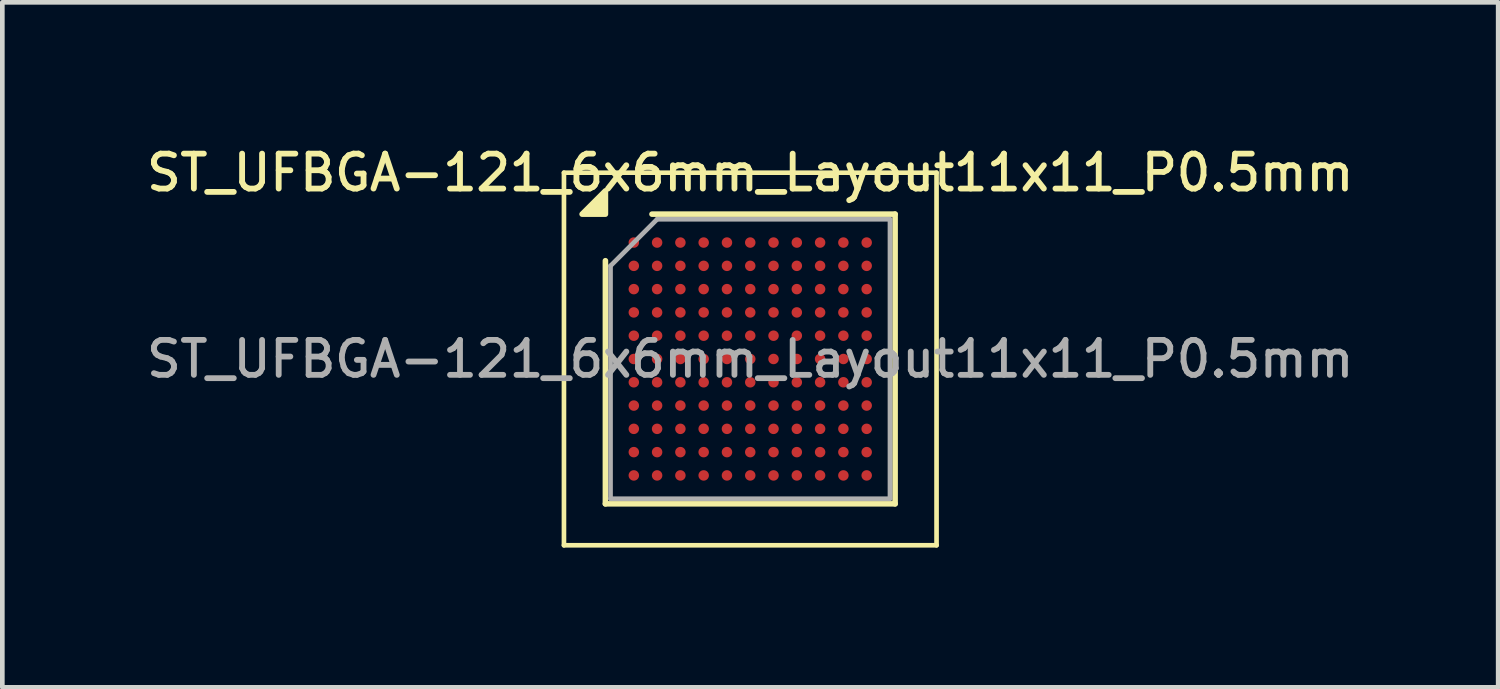
<source format=kicad_pcb>
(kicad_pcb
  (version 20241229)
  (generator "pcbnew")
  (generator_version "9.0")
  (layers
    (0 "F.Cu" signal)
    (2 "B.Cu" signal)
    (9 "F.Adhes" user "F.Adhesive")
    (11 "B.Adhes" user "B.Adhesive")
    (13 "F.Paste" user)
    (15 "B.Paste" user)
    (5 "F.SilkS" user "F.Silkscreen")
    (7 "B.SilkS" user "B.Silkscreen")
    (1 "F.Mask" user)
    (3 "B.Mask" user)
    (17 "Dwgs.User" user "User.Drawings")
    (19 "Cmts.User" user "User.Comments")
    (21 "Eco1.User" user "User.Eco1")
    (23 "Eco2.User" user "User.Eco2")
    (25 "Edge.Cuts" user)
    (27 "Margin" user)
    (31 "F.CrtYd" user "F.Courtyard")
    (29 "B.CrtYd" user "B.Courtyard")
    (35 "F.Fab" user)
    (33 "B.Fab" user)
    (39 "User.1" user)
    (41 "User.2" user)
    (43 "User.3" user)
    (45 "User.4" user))
  (footprint "ST_UFBGA-121_6x6mm_Layout11x11_P0.5mm"
    (layer "F.Cu")
    (at 13.059 4.658)
    (property "Reference" "ST_UFBGA-121_6x6mm_Layout11x11_P0.5mm" (at 0 -4 0) (layer "F.SilkS") (effects (font (size 0.75 0.75) (thickness 0.125))))
    (attr smd)
    (fp_line (start -4 -4) (end -4 4) (stroke (width 0.1) (type solid)) (layer "F.SilkS"))
    (fp_line (start -4 4) (end 4 4) (stroke (width 0.1) (type solid)) (layer "F.SilkS"))
    (fp_line (start -3.11 3.11) (end -3.11 -2.11) (stroke (width 0.12) (type solid)) (layer "F.SilkS"))
    (fp_line (start -2.11 -3.11) (end 3.11 -3.11) (stroke (width 0.12) (type solid)) (layer "F.SilkS"))
    (fp_line (start 3.11 -3.11) (end 3.11 3.11) (stroke (width 0.12) (type solid)) (layer "F.SilkS"))
    (fp_line (start 3.11 3.11) (end -3.11 3.11) (stroke (width 0.12) (type solid)) (layer "F.SilkS"))
    (fp_line (start 4 -4) (end -4 -4) (stroke (width 0.1) (type solid)) (layer "F.SilkS"))
    (fp_line (start 4 4) (end 4 -4) (stroke (width 0.1) (type solid)) (layer "F.SilkS"))
    (fp_poly (pts (xy -3.11 -3.11) (xy -3.61 -3.11) (xy -3.11 -3.61) (xy -3.11 -3.11)) (stroke (width 0.12) (type solid)) (fill yes) (layer "F.SilkS"))
    (fp_line (start -3 -2) (end -2 -3) (stroke (width 0.1) (type solid)) (layer "F.Fab"))
    (fp_line (start -3 3) (end -3 -2) (stroke (width 0.1) (type solid)) (layer "F.Fab"))
    (fp_line (start -2 -3) (end 3 -3) (stroke (width 0.1) (type solid)) (layer "F.Fab"))
    (fp_line (start 3 -3) (end 3 3) (stroke (width 0.1) (type solid)) (layer "F.Fab"))
    (fp_line (start 3 3) (end -3 3) (stroke (width 0.1) (type solid)) (layer "F.Fab"))
    (fp_text user "${REFERENCE}" (at 0 0 0) (layer "F.Fab") (effects (font (size 0.75 0.75) (thickness 0.125))))
    (pad "A1" smd circle (at -2.5 -2.5) (size 0.225 0.225) (property pad_prop_bga) (layers "F.Cu" "F.Mask" "F.Paste"))
    (pad "A2" smd circle (at -2 -2.5) (size 0.225 0.225) (property pad_prop_bga) (layers "F.Cu" "F.Mask" "F.Paste"))
    (pad "A3" smd circle (at -1.5 -2.5) (size 0.225 0.225) (property pad_prop_bga) (layers "F.Cu" "F.Mask" "F.Paste"))
    (pad "A4" smd circle (at -1 -2.5) (size 0.225 0.225) (property pad_prop_bga) (layers "F.Cu" "F.Mask" "F.Paste"))
    (pad "A5" smd circle (at -0.5 -2.5) (size 0.225 0.225) (property pad_prop_bga) (layers "F.Cu" "F.Mask" "F.Paste"))
    (pad "A6" smd circle (at 0 -2.5) (size 0.225 0.225) (property pad_prop_bga) (layers "F.Cu" "F.Mask" "F.Paste"))
    (pad "A7" smd circle (at 0.5 -2.5) (size 0.225 0.225) (property pad_prop_bga) (layers "F.Cu" "F.Mask" "F.Paste"))
    (pad "A8" smd circle (at 1 -2.5) (size 0.225 0.225) (property pad_prop_bga) (layers "F.Cu" "F.Mask" "F.Paste"))
    (pad "A9" smd circle (at 1.5 -2.5) (size 0.225 0.225) (property pad_prop_bga) (layers "F.Cu" "F.Mask" "F.Paste"))
    (pad "A10" smd circle (at 2 -2.5) (size 0.225 0.225) (property pad_prop_bga) (layers "F.Cu" "F.Mask" "F.Paste"))
    (pad "A11" smd circle (at 2.5 -2.5) (size 0.225 0.225) (property pad_prop_bga) (layers "F.Cu" "F.Mask" "F.Paste"))
    (pad "B1" smd circle (at -2.5 -2) (size 0.225 0.225) (property pad_prop_bga) (layers "F.Cu" "F.Mask" "F.Paste"))
    (pad "B2" smd circle (at -2 -2) (size 0.225 0.225) (property pad_prop_bga) (layers "F.Cu" "F.Mask" "F.Paste"))
    (pad "B3" smd circle (at -1.5 -2) (size 0.225 0.225) (property pad_prop_bga) (layers "F.Cu" "F.Mask" "F.Paste"))
    (pad "B4" smd circle (at -1 -2) (size 0.225 0.225) (property pad_prop_bga) (layers "F.Cu" "F.Mask" "F.Paste"))
    (pad "B5" smd circle (at -0.5 -2) (size 0.225 0.225) (property pad_prop_bga) (layers "F.Cu" "F.Mask" "F.Paste"))
    (pad "B6" smd circle (at 0 -2) (size 0.225 0.225) (property pad_prop_bga) (layers "F.Cu" "F.Mask" "F.Paste"))
    (pad "B7" smd circle (at 0.5 -2) (size 0.225 0.225) (property pad_prop_bga) (layers "F.Cu" "F.Mask" "F.Paste"))
    (pad "B8" smd circle (at 1 -2) (size 0.225 0.225) (property pad_prop_bga) (layers "F.Cu" "F.Mask" "F.Paste"))
    (pad "B9" smd circle (at 1.5 -2) (size 0.225 0.225) (property pad_prop_bga) (layers "F.Cu" "F.Mask" "F.Paste"))
    (pad "B10" smd circle (at 2 -2) (size 0.225 0.225) (property pad_prop_bga) (layers "F.Cu" "F.Mask" "F.Paste"))
    (pad "B11" smd circle (at 2.5 -2) (size 0.225 0.225) (property pad_prop_bga) (layers "F.Cu" "F.Mask" "F.Paste"))
    (pad "C1" smd circle (at -2.5 -1.5) (size 0.225 0.225) (property pad_prop_bga) (layers "F.Cu" "F.Mask" "F.Paste"))
    (pad "C2" smd circle (at -2 -1.5) (size 0.225 0.225) (property pad_prop_bga) (layers "F.Cu" "F.Mask" "F.Paste"))
    (pad "C3" smd circle (at -1.5 -1.5) (size 0.225 0.225) (property pad_prop_bga) (layers "F.Cu" "F.Mask" "F.Paste"))
    (pad "C4" smd circle (at -1 -1.5) (size 0.225 0.225) (property pad_prop_bga) (layers "F.Cu" "F.Mask" "F.Paste"))
    (pad "C5" smd circle (at -0.5 -1.5) (size 0.225 0.225) (property pad_prop_bga) (layers "F.Cu" "F.Mask" "F.Paste"))
    (pad "C6" smd circle (at 0 -1.5) (size 0.225 0.225) (property pad_prop_bga) (layers "F.Cu" "F.Mask" "F.Paste"))
    (pad "C7" smd circle (at 0.5 -1.5) (size 0.225 0.225) (property pad_prop_bga) (layers "F.Cu" "F.Mask" "F.Paste"))
    (pad "C8" smd circle (at 1 -1.5) (size 0.225 0.225) (property pad_prop_bga) (layers "F.Cu" "F.Mask" "F.Paste"))
    (pad "C9" smd circle (at 1.5 -1.5) (size 0.225 0.225) (property pad_prop_bga) (layers "F.Cu" "F.Mask" "F.Paste"))
    (pad "C10" smd circle (at 2 -1.5) (size 0.225 0.225) (property pad_prop_bga) (layers "F.Cu" "F.Mask" "F.Paste"))
    (pad "C11" smd circle (at 2.5 -1.5) (size 0.225 0.225) (property pad_prop_bga) (layers "F.Cu" "F.Mask" "F.Paste"))
    (pad "D1" smd circle (at -2.5 -1) (size 0.225 0.225) (property pad_prop_bga) (layers "F.Cu" "F.Mask" "F.Paste"))
    (pad "D2" smd circle (at -2 -1) (size 0.225 0.225) (property pad_prop_bga) (layers "F.Cu" "F.Mask" "F.Paste"))
    (pad "D3" smd circle (at -1.5 -1) (size 0.225 0.225) (property pad_prop_bga) (layers "F.Cu" "F.Mask" "F.Paste"))
    (pad "D4" smd circle (at -1 -1) (size 0.225 0.225) (property pad_prop_bga) (layers "F.Cu" "F.Mask" "F.Paste"))
    (pad "D5" smd circle (at -0.5 -1) (size 0.225 0.225) (property pad_prop_bga) (layers "F.Cu" "F.Mask" "F.Paste"))
    (pad "D6" smd circle (at 0 -1) (size 0.225 0.225) (property pad_prop_bga) (layers "F.Cu" "F.Mask" "F.Paste"))
    (pad "D7" smd circle (at 0.5 -1) (size 0.225 0.225) (property pad_prop_bga) (layers "F.Cu" "F.Mask" "F.Paste"))
    (pad "D8" smd circle (at 1 -1) (size 0.225 0.225) (property pad_prop_bga) (layers "F.Cu" "F.Mask" "F.Paste"))
    (pad "D9" smd circle (at 1.5 -1) (size 0.225 0.225) (property pad_prop_bga) (layers "F.Cu" "F.Mask" "F.Paste"))
    (pad "D10" smd circle (at 2 -1) (size 0.225 0.225) (property pad_prop_bga) (layers "F.Cu" "F.Mask" "F.Paste"))
    (pad "D11" smd circle (at 2.5 -1) (size 0.225 0.225) (property pad_prop_bga) (layers "F.Cu" "F.Mask" "F.Paste"))
    (pad "E1" smd circle (at -2.5 -0.5) (size 0.225 0.225) (property pad_prop_bga) (layers "F.Cu" "F.Mask" "F.Paste"))
    (pad "E2" smd circle (at -2 -0.5) (size 0.225 0.225) (property pad_prop_bga) (layers "F.Cu" "F.Mask" "F.Paste"))
    (pad "E3" smd circle (at -1.5 -0.5) (size 0.225 0.225) (property pad_prop_bga) (layers "F.Cu" "F.Mask" "F.Paste"))
    (pad "E4" smd circle (at -1 -0.5) (size 0.225 0.225) (property pad_prop_bga) (layers "F.Cu" "F.Mask" "F.Paste"))
    (pad "E5" smd circle (at -0.5 -0.5) (size 0.225 0.225) (property pad_prop_bga) (layers "F.Cu" "F.Mask" "F.Paste"))
    (pad "E6" smd circle (at 0 -0.5) (size 0.225 0.225) (property pad_prop_bga) (layers "F.Cu" "F.Mask" "F.Paste"))
    (pad "E7" smd circle (at 0.5 -0.5) (size 0.225 0.225) (property pad_prop_bga) (layers "F.Cu" "F.Mask" "F.Paste"))
    (pad "E8" smd circle (at 1 -0.5) (size 0.225 0.225) (property pad_prop_bga) (layers "F.Cu" "F.Mask" "F.Paste"))
    (pad "E9" smd circle (at 1.5 -0.5) (size 0.225 0.225) (property pad_prop_bga) (layers "F.Cu" "F.Mask" "F.Paste"))
    (pad "E10" smd circle (at 2 -0.5) (size 0.225 0.225) (property pad_prop_bga) (layers "F.Cu" "F.Mask" "F.Paste"))
    (pad "E11" smd circle (at 2.5 -0.5) (size 0.225 0.225) (property pad_prop_bga) (layers "F.Cu" "F.Mask" "F.Paste"))
    (pad "F1" smd circle (at -2.5 0) (size 0.225 0.225) (property pad_prop_bga) (layers "F.Cu" "F.Mask" "F.Paste"))
    (pad "F2" smd circle (at -2 0) (size 0.225 0.225) (property pad_prop_bga) (layers "F.Cu" "F.Mask" "F.Paste"))
    (pad "F3" smd circle (at -1.5 0) (size 0.225 0.225) (property pad_prop_bga) (layers "F.Cu" "F.Mask" "F.Paste"))
    (pad "F4" smd circle (at -1 0) (size 0.225 0.225) (property pad_prop_bga) (layers "F.Cu" "F.Mask" "F.Paste"))
    (pad "F5" smd circle (at -0.5 0) (size 0.225 0.225) (property pad_prop_bga) (layers "F.Cu" "F.Mask" "F.Paste"))
    (pad "F6" smd circle (at 0 0) (size 0.225 0.225) (property pad_prop_bga) (layers "F.Cu" "F.Mask" "F.Paste"))
    (pad "F7" smd circle (at 0.5 0) (size 0.225 0.225) (property pad_prop_bga) (layers "F.Cu" "F.Mask" "F.Paste"))
    (pad "F8" smd circle (at 1 0) (size 0.225 0.225) (property pad_prop_bga) (layers "F.Cu" "F.Mask" "F.Paste"))
    (pad "F9" smd circle (at 1.5 0) (size 0.225 0.225) (property pad_prop_bga) (layers "F.Cu" "F.Mask" "F.Paste"))
    (pad "F10" smd circle (at 2 0) (size 0.225 0.225) (property pad_prop_bga) (layers "F.Cu" "F.Mask" "F.Paste"))
    (pad "F11" smd circle (at 2.5 0) (size 0.225 0.225) (property pad_prop_bga) (layers "F.Cu" "F.Mask" "F.Paste"))
    (pad "G1" smd circle (at -2.5 0.5) (size 0.225 0.225) (property pad_prop_bga) (layers "F.Cu" "F.Mask" "F.Paste"))
    (pad "G2" smd circle (at -2 0.5) (size 0.225 0.225) (property pad_prop_bga) (layers "F.Cu" "F.Mask" "F.Paste"))
    (pad "G3" smd circle (at -1.5 0.5) (size 0.225 0.225) (property pad_prop_bga) (layers "F.Cu" "F.Mask" "F.Paste"))
    (pad "G4" smd circle (at -1 0.5) (size 0.225 0.225) (property pad_prop_bga) (layers "F.Cu" "F.Mask" "F.Paste"))
    (pad "G5" smd circle (at -0.5 0.5) (size 0.225 0.225) (property pad_prop_bga) (layers "F.Cu" "F.Mask" "F.Paste"))
    (pad "G6" smd circle (at 0 0.5) (size 0.225 0.225) (property pad_prop_bga) (layers "F.Cu" "F.Mask" "F.Paste"))
    (pad "G7" smd circle (at 0.5 0.5) (size 0.225 0.225) (property pad_prop_bga) (layers "F.Cu" "F.Mask" "F.Paste"))
    (pad "G8" smd circle (at 1 0.5) (size 0.225 0.225) (property pad_prop_bga) (layers "F.Cu" "F.Mask" "F.Paste"))
    (pad "G9" smd circle (at 1.5 0.5) (size 0.225 0.225) (property pad_prop_bga) (layers "F.Cu" "F.Mask" "F.Paste"))
    (pad "G10" smd circle (at 2 0.5) (size 0.225 0.225) (property pad_prop_bga) (layers "F.Cu" "F.Mask" "F.Paste"))
    (pad "G11" smd circle (at 2.5 0.5) (size 0.225 0.225) (property pad_prop_bga) (layers "F.Cu" "F.Mask" "F.Paste"))
    (pad "H1" smd circle (at -2.5 1) (size 0.225 0.225) (property pad_prop_bga) (layers "F.Cu" "F.Mask" "F.Paste"))
    (pad "H2" smd circle (at -2 1) (size 0.225 0.225) (property pad_prop_bga) (layers "F.Cu" "F.Mask" "F.Paste"))
    (pad "H3" smd circle (at -1.5 1) (size 0.225 0.225) (property pad_prop_bga) (layers "F.Cu" "F.Mask" "F.Paste"))
    (pad "H4" smd circle (at -1 1) (size 0.225 0.225) (property pad_prop_bga) (layers "F.Cu" "F.Mask" "F.Paste"))
    (pad "H5" smd circle (at -0.5 1) (size 0.225 0.225) (property pad_prop_bga) (layers "F.Cu" "F.Mask" "F.Paste"))
    (pad "H6" smd circle (at 0 1) (size 0.225 0.225) (property pad_prop_bga) (layers "F.Cu" "F.Mask" "F.Paste"))
    (pad "H7" smd circle (at 0.5 1) (size 0.225 0.225) (property pad_prop_bga) (layers "F.Cu" "F.Mask" "F.Paste"))
    (pad "H8" smd circle (at 1 1) (size 0.225 0.225) (property pad_prop_bga) (layers "F.Cu" "F.Mask" "F.Paste"))
    (pad "H9" smd circle (at 1.5 1) (size 0.225 0.225) (property pad_prop_bga) (layers "F.Cu" "F.Mask" "F.Paste"))
    (pad "H10" smd circle (at 2 1) (size 0.225 0.225) (property pad_prop_bga) (layers "F.Cu" "F.Mask" "F.Paste"))
    (pad "H11" smd circle (at 2.5 1) (size 0.225 0.225) (property pad_prop_bga) (layers "F.Cu" "F.Mask" "F.Paste"))
    (pad "J1" smd circle (at -2.5 1.5) (size 0.225 0.225) (property pad_prop_bga) (layers "F.Cu" "F.Mask" "F.Paste"))
    (pad "J2" smd circle (at -2 1.5) (size 0.225 0.225) (property pad_prop_bga) (layers "F.Cu" "F.Mask" "F.Paste"))
    (pad "J3" smd circle (at -1.5 1.5) (size 0.225 0.225) (property pad_prop_bga) (layers "F.Cu" "F.Mask" "F.Paste"))
    (pad "J4" smd circle (at -1 1.5) (size 0.225 0.225) (property pad_prop_bga) (layers "F.Cu" "F.Mask" "F.Paste"))
    (pad "J5" smd circle (at -0.5 1.5) (size 0.225 0.225) (property pad_prop_bga) (layers "F.Cu" "F.Mask" "F.Paste"))
    (pad "J6" smd circle (at 0 1.5) (size 0.225 0.225) (property pad_prop_bga) (layers "F.Cu" "F.Mask" "F.Paste"))
    (pad "J7" smd circle (at 0.5 1.5) (size 0.225 0.225) (property pad_prop_bga) (layers "F.Cu" "F.Mask" "F.Paste"))
    (pad "J8" smd circle (at 1 1.5) (size 0.225 0.225) (property pad_prop_bga) (layers "F.Cu" "F.Mask" "F.Paste"))
    (pad "J9" smd circle (at 1.5 1.5) (size 0.225 0.225) (property pad_prop_bga) (layers "F.Cu" "F.Mask" "F.Paste"))
    (pad "J10" smd circle (at 2 1.5) (size 0.225 0.225) (property pad_prop_bga) (layers "F.Cu" "F.Mask" "F.Paste"))
    (pad "J11" smd circle (at 2.5 1.5) (size 0.225 0.225) (property pad_prop_bga) (layers "F.Cu" "F.Mask" "F.Paste"))
    (pad "K1" smd circle (at -2.5 2) (size 0.225 0.225) (property pad_prop_bga) (layers "F.Cu" "F.Mask" "F.Paste"))
    (pad "K2" smd circle (at -2 2) (size 0.225 0.225) (property pad_prop_bga) (layers "F.Cu" "F.Mask" "F.Paste"))
    (pad "K3" smd circle (at -1.5 2) (size 0.225 0.225) (property pad_prop_bga) (layers "F.Cu" "F.Mask" "F.Paste"))
    (pad "K4" smd circle (at -1 2) (size 0.225 0.225) (property pad_prop_bga) (layers "F.Cu" "F.Mask" "F.Paste"))
    (pad "K5" smd circle (at -0.5 2) (size 0.225 0.225) (property pad_prop_bga) (layers "F.Cu" "F.Mask" "F.Paste"))
    (pad "K6" smd circle (at 0 2) (size 0.225 0.225) (property pad_prop_bga) (layers "F.Cu" "F.Mask" "F.Paste"))
    (pad "K7" smd circle (at 0.5 2) (size 0.225 0.225) (property pad_prop_bga) (layers "F.Cu" "F.Mask" "F.Paste"))
    (pad "K8" smd circle (at 1 2) (size 0.225 0.225) (property pad_prop_bga) (layers "F.Cu" "F.Mask" "F.Paste"))
    (pad "K9" smd circle (at 1.5 2) (size 0.225 0.225) (property pad_prop_bga) (layers "F.Cu" "F.Mask" "F.Paste"))
    (pad "K10" smd circle (at 2 2) (size 0.225 0.225) (property pad_prop_bga) (layers "F.Cu" "F.Mask" "F.Paste"))
    (pad "K11" smd circle (at 2.5 2) (size 0.225 0.225) (property pad_prop_bga) (layers "F.Cu" "F.Mask" "F.Paste"))
    (pad "L1" smd circle (at -2.5 2.5) (size 0.225 0.225) (property pad_prop_bga) (layers "F.Cu" "F.Mask" "F.Paste"))
    (pad "L2" smd circle (at -2 2.5) (size 0.225 0.225) (property pad_prop_bga) (layers "F.Cu" "F.Mask" "F.Paste"))
    (pad "L3" smd circle (at -1.5 2.5) (size 0.225 0.225) (property pad_prop_bga) (layers "F.Cu" "F.Mask" "F.Paste"))
    (pad "L4" smd circle (at -1 2.5) (size 0.225 0.225) (property pad_prop_bga) (layers "F.Cu" "F.Mask" "F.Paste"))
    (pad "L5" smd circle (at -0.5 2.5) (size 0.225 0.225) (property pad_prop_bga) (layers "F.Cu" "F.Mask" "F.Paste"))
    (pad "L6" smd circle (at 0 2.5) (size 0.225 0.225) (property pad_prop_bga) (layers "F.Cu" "F.Mask" "F.Paste"))
    (pad "L7" smd circle (at 0.5 2.5) (size 0.225 0.225) (property pad_prop_bga) (layers "F.Cu" "F.Mask" "F.Paste"))
    (pad "L8" smd circle (at 1 2.5) (size 0.225 0.225) (property pad_prop_bga) (layers "F.Cu" "F.Mask" "F.Paste"))
    (pad "L9" smd circle (at 1.5 2.5) (size 0.225 0.225) (property pad_prop_bga) (layers "F.Cu" "F.Mask" "F.Paste"))
    (pad "L10" smd circle (at 2 2.5) (size 0.225 0.225) (property pad_prop_bga) (layers "F.Cu" "F.Mask" "F.Paste"))
    (pad "L11" smd circle (at 2.5 2.5) (size 0.225 0.225) (property pad_prop_bga) (layers "F.Cu" "F.Mask" "F.Paste")))
  (gr_rect
    (start -3 -3)
    (end 29.118 11.708)
    (stroke (width 0.1) (type default))
    (fill no)
    (layer "Edge.Cuts")))
</source>
